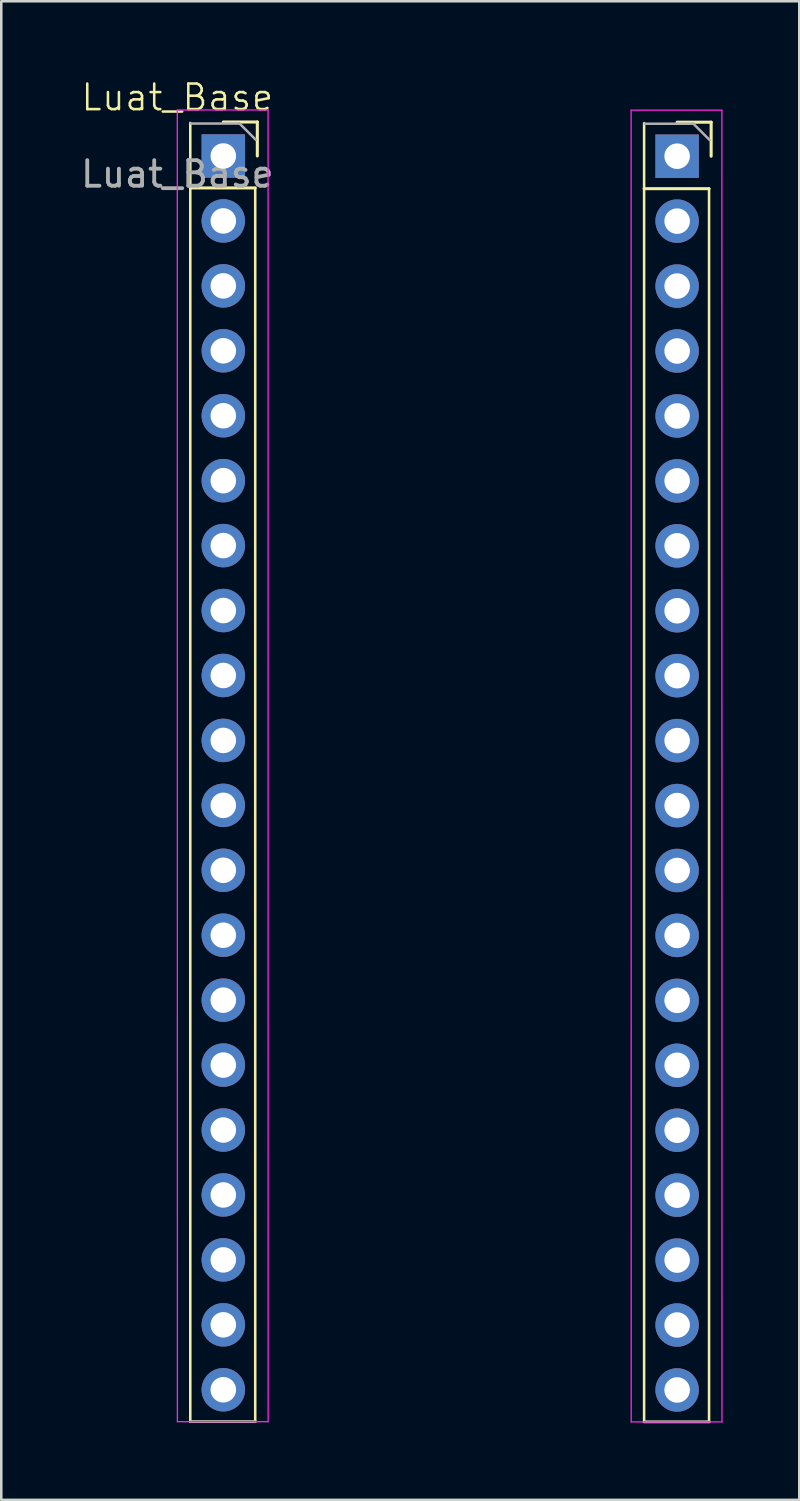
<source format=kicad_pcb>
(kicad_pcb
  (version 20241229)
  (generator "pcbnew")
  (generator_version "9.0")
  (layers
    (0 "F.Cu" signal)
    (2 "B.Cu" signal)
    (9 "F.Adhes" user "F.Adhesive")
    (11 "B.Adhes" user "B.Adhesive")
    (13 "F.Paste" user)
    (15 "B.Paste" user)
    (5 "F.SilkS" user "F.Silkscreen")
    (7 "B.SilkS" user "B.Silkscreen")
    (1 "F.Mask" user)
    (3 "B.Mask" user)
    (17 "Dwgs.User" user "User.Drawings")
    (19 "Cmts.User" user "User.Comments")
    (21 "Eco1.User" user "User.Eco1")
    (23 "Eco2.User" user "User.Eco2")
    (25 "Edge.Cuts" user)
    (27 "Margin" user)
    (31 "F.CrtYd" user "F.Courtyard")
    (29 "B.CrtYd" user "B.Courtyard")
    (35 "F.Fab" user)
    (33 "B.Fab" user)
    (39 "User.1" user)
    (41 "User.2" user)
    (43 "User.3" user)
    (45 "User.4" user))
  (footprint "Luat_Base"
    (layer "F.Cu")
    (at 3.887 1.26)
    (property "Reference" "Luat_Base" (at 0 -0.5 0) (unlocked yes) (layer "F.SilkS") (effects (font (size 1 1) (thickness 0.1))))
    (attr smd)
    (fp_line (start 0.506 0.5) (end 0.506 51.3) (stroke (width 0.1) (type default)) (layer "F.SilkS"))
    (fp_line (start 0.506 3.04) (end 3.046 3.04) (stroke (width 0.12) (type solid)) (layer "F.SilkS"))
    (fp_line (start 0.506 51.3) (end 3.046 51.3) (stroke (width 0.1) (type default)) (layer "F.SilkS"))
    (fp_line (start 1.798 0.462) (end 3.128 0.462) (stroke (width 0.12) (type solid)) (layer "F.SilkS"))
    (fp_line (start 3.046 51.3) (end 3.046 3.04) (stroke (width 0.1) (type default)) (layer "F.SilkS"))
    (fp_line (start 3.128 0.462) (end 3.128 1.792) (stroke (width 0.12) (type solid)) (layer "F.SilkS"))
    (fp_line (start 18.258 0.508) (end 18.258 51.308) (stroke (width 0.1) (type default)) (layer "F.SilkS"))
    (fp_line (start 18.258 3.07) (end 20.798 3.07) (stroke (width 0.12) (type solid)) (layer "F.SilkS"))
    (fp_line (start 18.258 51.308) (end 20.798 51.308) (stroke (width 0.1) (type default)) (layer "F.SilkS"))
    (fp_line (start 19.55 0.47) (end 20.88 0.47) (stroke (width 0.12) (type solid)) (layer "F.SilkS"))
    (fp_line (start 20.798 51.308) (end 20.798 3.07) (stroke (width 0.1) (type default)) (layer "F.SilkS"))
    (fp_line (start 20.88 0.47) (end 20.88 1.8) (stroke (width 0.12) (type solid)) (layer "F.SilkS"))
    (fp_line (start -0.002 -0.008) (end 3.549 -0.008) (stroke (width 0.05) (type solid)) (layer "F.CrtYd"))
    (fp_line (start 0.002 51.3) (end -0.002 -0.008) (stroke (width 0.05) (type solid)) (layer "F.CrtYd"))
    (fp_line (start 3.549 -0.008) (end 3.551 51.3) (stroke (width 0.05) (type solid)) (layer "F.CrtYd"))
    (fp_line (start 3.551 51.3) (end 0.002 51.3) (stroke (width 0.05) (type solid)) (layer "F.CrtYd"))
    (fp_line (start 17.75 0) (end 21.3 0) (stroke (width 0.05) (type solid)) (layer "F.CrtYd"))
    (fp_line (start 17.753 51.308) (end 17.75 0) (stroke (width 0.05) (type solid)) (layer "F.CrtYd"))
    (fp_line (start 21.3 0) (end 21.303 51.308) (stroke (width 0.05) (type solid)) (layer "F.CrtYd"))
    (fp_line (start 21.303 51.308) (end 17.753 51.308) (stroke (width 0.05) (type solid)) (layer "F.CrtYd"))
    (fp_line (start 0.528 0.522) (end 2.433 0.522) (stroke (width 0.1) (type solid)) (layer "F.Fab"))
    (fp_line (start 2.433 0.522) (end 3.068 1.157) (stroke (width 0.1) (type solid)) (layer "F.Fab"))
    (fp_line (start 3.046 51.3) (end 0.506 51.3) (stroke (width 0.1) (type solid)) (layer "F.Fab"))
    (fp_line (start 18.28 0.53) (end 20.185 0.53) (stroke (width 0.1) (type solid)) (layer "F.Fab"))
    (fp_line (start 20.185 0.53) (end 20.82 1.165) (stroke (width 0.1) (type solid)) (layer "F.Fab"))
    (fp_line (start 20.82 51.308) (end 18.28 51.308) (stroke (width 0.1) (type solid)) (layer "F.Fab"))
    (fp_text user "${REFERENCE}" (at 0 2.5 0) (unlocked yes) (layer "F.Fab") (effects (font (size 1 1) (thickness 0.15))))
    (pad "1" thru_hole rect (at 1.798 1.792) (size 1.7 1.7) (drill 1) (layers "*.Cu" "*.Mask"))
    (pad "2" thru_hole oval (at 1.798 4.332) (size 1.7 1.7) (drill 1) (layers "*.Cu" "*.Mask"))
    (pad "3" thru_hole oval (at 1.798 6.872) (size 1.7 1.7) (drill 1) (layers "*.Cu" "*.Mask"))
    (pad "4" thru_hole oval (at 1.798 9.412) (size 1.7 1.7) (drill 1) (layers "*.Cu" "*.Mask"))
    (pad "5" thru_hole oval (at 1.798 11.952) (size 1.7 1.7) (drill 1) (layers "*.Cu" "*.Mask"))
    (pad "6" thru_hole oval (at 1.798 14.492) (size 1.7 1.7) (drill 1) (layers "*.Cu" "*.Mask"))
    (pad "7" thru_hole oval (at 1.798 17.032) (size 1.7 1.7) (drill 1) (layers "*.Cu" "*.Mask"))
    (pad "8" thru_hole oval (at 1.798 19.572) (size 1.7 1.7) (drill 1) (layers "*.Cu" "*.Mask"))
    (pad "9" thru_hole oval (at 1.798 22.112) (size 1.7 1.7) (drill 1) (layers "*.Cu" "*.Mask"))
    (pad "10" thru_hole oval (at 1.798 24.652) (size 1.7 1.7) (drill 1) (layers "*.Cu" "*.Mask"))
    (pad "11" thru_hole oval (at 1.798 27.192) (size 1.7 1.7) (drill 1) (layers "*.Cu" "*.Mask"))
    (pad "12" thru_hole oval (at 1.798 29.732) (size 1.7 1.7) (drill 1) (layers "*.Cu" "*.Mask"))
    (pad "13" thru_hole oval (at 1.798 32.272) (size 1.7 1.7) (drill 1) (layers "*.Cu" "*.Mask"))
    (pad "14" thru_hole oval (at 1.798 34.812) (size 1.7 1.7) (drill 1) (layers "*.Cu" "*.Mask"))
    (pad "15" thru_hole oval (at 1.798 37.352) (size 1.7 1.7) (drill 1) (layers "*.Cu" "*.Mask"))
    (pad "16" thru_hole oval (at 1.798 39.892) (size 1.7 1.7) (drill 1) (layers "*.Cu" "*.Mask"))
    (pad "17" thru_hole oval (at 1.798 42.432) (size 1.7 1.7) (drill 1) (layers "*.Cu" "*.Mask"))
    (pad "18" thru_hole oval (at 1.798 44.972) (size 1.7 1.7) (drill 1) (layers "*.Cu" "*.Mask"))
    (pad "19" thru_hole oval (at 1.798 47.512) (size 1.7 1.7) (drill 1) (layers "*.Cu" "*.Mask"))
    (pad "20" thru_hole oval (at 1.798 50.052) (size 1.7 1.7) (drill 1) (layers "*.Cu" "*.Mask"))
    (pad "21" thru_hole rect (at 19.55 1.8) (size 1.7 1.7) (drill 1) (layers "*.Cu" "*.Mask"))
    (pad "22" thru_hole oval (at 19.55 4.34) (size 1.7 1.7) (drill 1) (layers "*.Cu" "*.Mask"))
    (pad "23" thru_hole oval (at 19.55 6.88) (size 1.7 1.7) (drill 1) (layers "*.Cu" "*.Mask"))
    (pad "24" thru_hole oval (at 19.55 9.42) (size 1.7 1.7) (drill 1) (layers "*.Cu" "*.Mask"))
    (pad "25" thru_hole oval (at 19.55 11.96) (size 1.7 1.7) (drill 1) (layers "*.Cu" "*.Mask"))
    (pad "26" thru_hole oval (at 19.55 14.5) (size 1.7 1.7) (drill 1) (layers "*.Cu" "*.Mask"))
    (pad "27" thru_hole oval (at 19.55 17.04) (size 1.7 1.7) (drill 1) (layers "*.Cu" "*.Mask"))
    (pad "28" thru_hole oval (at 19.55 19.58) (size 1.7 1.7) (drill 1) (layers "*.Cu" "*.Mask"))
    (pad "29" thru_hole oval (at 19.55 22.12) (size 1.7 1.7) (drill 1) (layers "*.Cu" "*.Mask"))
    (pad "30" thru_hole oval (at 19.55 24.66) (size 1.7 1.7) (drill 1) (layers "*.Cu" "*.Mask"))
    (pad "31" thru_hole oval (at 19.55 27.2) (size 1.7 1.7) (drill 1) (layers "*.Cu" "*.Mask"))
    (pad "32" thru_hole oval (at 19.55 29.74) (size 1.7 1.7) (drill 1) (layers "*.Cu" "*.Mask"))
    (pad "33" thru_hole oval (at 19.55 32.28) (size 1.7 1.7) (drill 1) (layers "*.Cu" "*.Mask"))
    (pad "34" thru_hole oval (at 19.55 34.82) (size 1.7 1.7) (drill 1) (layers "*.Cu" "*.Mask"))
    (pad "35" thru_hole oval (at 19.55 37.36) (size 1.7 1.7) (drill 1) (layers "*.Cu" "*.Mask"))
    (pad "36" thru_hole oval (at 19.55 39.9) (size 1.7 1.7) (drill 1) (layers "*.Cu" "*.Mask"))
    (pad "37" thru_hole oval (at 19.55 42.44) (size 1.7 1.7) (drill 1) (layers "*.Cu" "*.Mask"))
    (pad "38" thru_hole oval (at 19.55 44.98) (size 1.7 1.7) (drill 1) (layers "*.Cu" "*.Mask"))
    (pad "39" thru_hole oval (at 19.55 47.52) (size 1.7 1.7) (drill 1) (layers "*.Cu" "*.Mask"))
    (pad "40" thru_hole oval (at 19.55 50.06) (size 1.7 1.7) (drill 1) (layers "*.Cu" "*.Mask")))
  (gr_rect
    (start -3 -3)
    (end 28.215 55.618)
    (stroke (width 0.1) (type default))
    (fill no)
    (layer "Edge.Cuts")))
</source>
